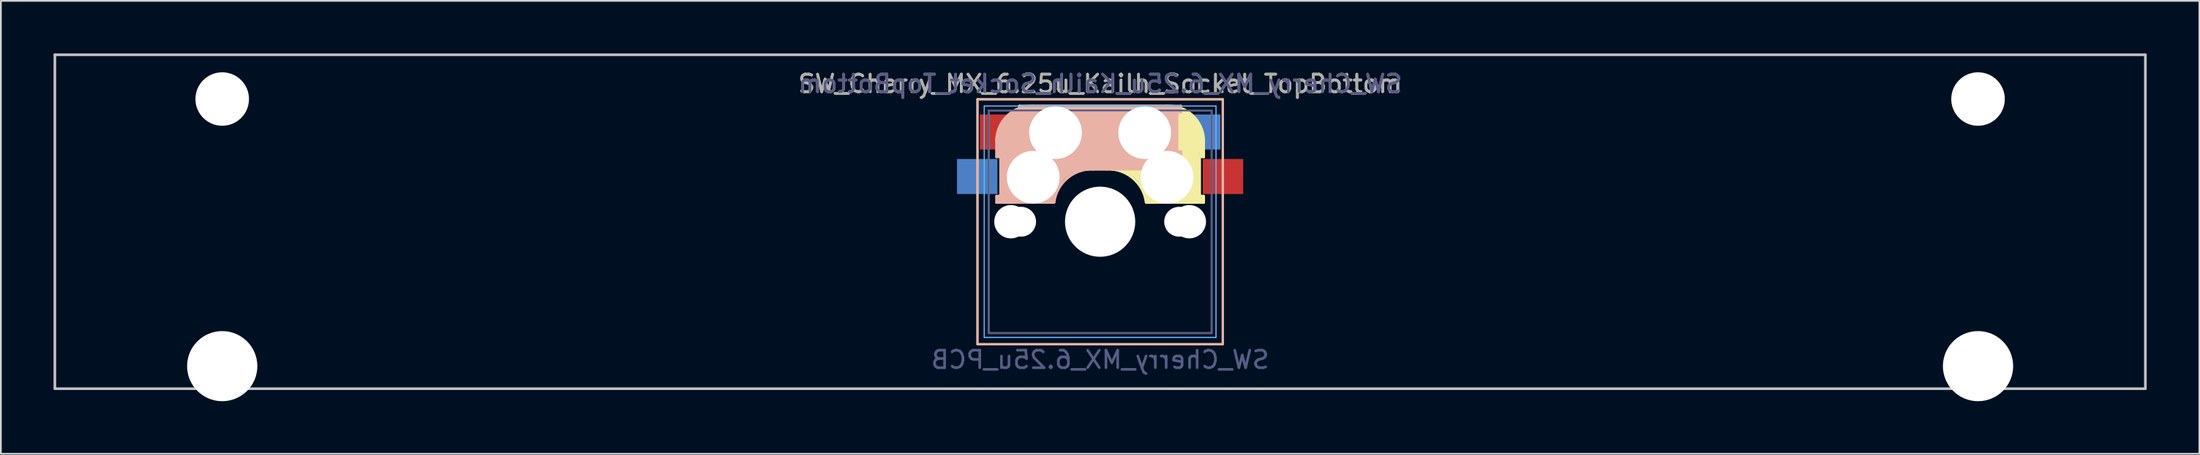
<source format=kicad_pcb>
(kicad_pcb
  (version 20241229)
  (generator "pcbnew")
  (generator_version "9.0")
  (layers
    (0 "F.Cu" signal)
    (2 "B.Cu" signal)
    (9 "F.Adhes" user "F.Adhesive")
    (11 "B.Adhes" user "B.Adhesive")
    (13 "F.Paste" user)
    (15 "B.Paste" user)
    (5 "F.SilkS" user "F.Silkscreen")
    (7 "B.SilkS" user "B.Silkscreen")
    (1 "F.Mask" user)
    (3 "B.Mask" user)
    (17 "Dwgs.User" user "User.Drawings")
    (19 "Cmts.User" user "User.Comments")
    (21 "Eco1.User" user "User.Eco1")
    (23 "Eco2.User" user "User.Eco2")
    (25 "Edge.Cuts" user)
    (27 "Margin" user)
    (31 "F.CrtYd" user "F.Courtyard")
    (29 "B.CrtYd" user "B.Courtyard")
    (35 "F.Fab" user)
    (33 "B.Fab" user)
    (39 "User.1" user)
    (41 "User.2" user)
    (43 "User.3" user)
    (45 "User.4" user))
  (footprint "SW_Cherry_MX_6.25u_Kailh_Socket_TopBottom"
    (layer "F.Cu")
    (at 62.146 4.52)
    (property "Reference" "SW_Cherry_MX_6.25u_Kailh_Socket_TopBottom" (at -2.54 -2.794 0) (layer "F.SilkS") (effects (font (size 1 1) (thickness 0.15))))
    (property "Value" "SW_Cherry_MX_6.25u_PCB" (at -2.54 12.954 0) (layer "F.Fab") (hide yes) (effects (font (size 1 1) (thickness 0.15))))
    (fp_line (start -9.525 -1.905) (end 4.445 -1.905) (stroke (width 0.12) (type solid)) (layer "F.SilkS"))
    (fp_line (start -9.525 12.065) (end -9.525 -1.905) (stroke (width 0.12) (type solid)) (layer "F.SilkS"))
    (fp_line (start -7.14 -1.52) (end 1.26 -1.52) (stroke (width 0.15) (type solid)) (layer "F.SilkS"))
    (fp_line (start -7.14 -1.17) (end -7.14 -1.52) (stroke (width 0.15) (type solid)) (layer "F.SilkS"))
    (fp_line (start -7.14 1.08) (end -6.94 1.08) (stroke (width 0.15) (type solid)) (layer "F.SilkS"))
    (fp_line (start -7.14 2.08) (end -7.14 1.08) (stroke (width 0.15) (type solid)) (layer "F.SilkS"))
    (fp_line (start -6.94 -1.32) (end -5.54 -1.32) (stroke (width 0.4) (type solid)) (layer "F.SilkS"))
    (fp_line (start -6.94 -1.17) (end -7.14 -1.17) (stroke (width 0.15) (type solid)) (layer "F.SilkS"))
    (fp_line (start -6.94 1.18) (end -6.94 1.88) (stroke (width 0.4) (type solid)) (layer "F.SilkS"))
    (fp_line (start -6.92 1.08) (end -6.92 -1.17) (stroke (width 0.15) (type solid)) (layer "F.SilkS"))
    (fp_line (start -6.84 1.78) (end -5.44 1.78) (stroke (width 0.5) (type solid)) (layer "F.SilkS"))
    (fp_line (start -6.44 -0.92) (end -6.44 1.58) (stroke (width 1) (type solid)) (layer "F.SilkS"))
    (fp_line (start -5.14 0.28) (end 1.56 0.28) (stroke (width 3.5) (type solid)) (layer "F.SilkS"))
    (fp_line (start -2.14 2.08) (end -7.14 2.08) (stroke (width 0.15) (type solid)) (layer "F.SilkS"))
    (fp_line (start 1.63 -0.02) (end 1.63 2.22) (stroke (width 3) (type solid)) (layer "F.SilkS"))
    (fp_line (start 2.76 3.48) (end 2.76 1.68) (stroke (width 0.8) (type solid)) (layer "F.SilkS"))
    (fp_line (start 3.13 1.38) (end 3.13 3.62) (stroke (width 0.15) (type solid)) (layer "F.SilkS"))
    (fp_line (start 3.16 3.62) (end 3.36 3.62) (stroke (width 0.15) (type solid)) (layer "F.SilkS"))
    (fp_line (start 3.16 3.78) (end 0.46 3.78) (stroke (width 0.5) (type solid)) (layer "F.SilkS"))
    (fp_line (start 3.26 1.28) (end 3.26 0.38) (stroke (width 0.3) (type solid)) (layer "F.SilkS"))
    (fp_line (start 3.36 0.38) (end 3.36 1.38) (stroke (width 0.15) (type solid)) (layer "F.SilkS"))
    (fp_line (start 3.36 1.38) (end 3.16 1.38) (stroke (width 0.15) (type solid)) (layer "F.SilkS"))
    (fp_line (start 3.36 3.98) (end 0.08 3.98) (stroke (width 0.15) (type solid)) (layer "F.SilkS"))
    (fp_line (start 3.36 3.98) (end 3.36 3.62) (stroke (width 0.15) (type solid)) (layer "F.SilkS"))
    (fp_line (start 4.445 -1.905) (end 4.445 12.065) (stroke (width 0.12) (type solid)) (layer "F.SilkS"))
    (fp_line (start 4.445 12.065) (end -9.525 12.065) (stroke (width 0.12) (type solid)) (layer "F.SilkS"))
    (fp_arc (start -2.14 2.08) (mid -0.671291 2.593882) (end 0.076318 3.958529) (stroke (width 0.15) (type solid)) (layer "F.SilkS"))
    (fp_arc (start -1.74 1.68) (mid -0.271291 2.193882) (end 0.476318 3.558529) (stroke (width 1) (type solid)) (layer "F.SilkS"))
    (fp_arc (start 1.26 -1.520001) (mid 2.703504 -1.004925) (end 3.360001 0.38) (stroke (width 0.15) (type solid)) (layer "F.SilkS"))
    (fp_line (start -9.525 -1.905) (end -9.525 12.065) (stroke (width 0.12) (type solid)) (layer "B.SilkS"))
    (fp_line (start -9.525 12.065) (end 4.445 12.065) (stroke (width 0.12) (type solid)) (layer "B.SilkS"))
    (fp_line (start -8.44 0.38) (end -8.44 1.38) (stroke (width 0.15) (type solid)) (layer "B.SilkS"))
    (fp_line (start -8.44 1.38) (end -8.24 1.38) (stroke (width 0.15) (type solid)) (layer "B.SilkS"))
    (fp_line (start -8.44 3.98) (end -8.44 3.62) (stroke (width 0.15) (type solid)) (layer "B.SilkS"))
    (fp_line (start -8.44 3.98) (end -5.16 3.98) (stroke (width 0.15) (type solid)) (layer "B.SilkS"))
    (fp_line (start -8.34 1.28) (end -8.34 0.38) (stroke (width 0.3) (type solid)) (layer "B.SilkS"))
    (fp_line (start -8.24 3.62) (end -8.44 3.62) (stroke (width 0.15) (type solid)) (layer "B.SilkS"))
    (fp_line (start -8.24 3.78) (end -5.54 3.78) (stroke (width 0.5) (type solid)) (layer "B.SilkS"))
    (fp_line (start -8.21 1.38) (end -8.21 3.62) (stroke (width 0.15) (type solid)) (layer "B.SilkS"))
    (fp_line (start -7.84 3.48) (end -7.84 1.68) (stroke (width 0.8) (type solid)) (layer "B.SilkS"))
    (fp_line (start -6.71 -0.02) (end -6.71 2.22) (stroke (width 3) (type solid)) (layer "B.SilkS"))
    (fp_line (start -2.94 2.08) (end 2.06 2.08) (stroke (width 0.15) (type solid)) (layer "B.SilkS"))
    (fp_line (start 0.06 0.28) (end -6.64 0.28) (stroke (width 3.5) (type solid)) (layer "B.SilkS"))
    (fp_line (start 1.36 -0.92) (end 1.36 1.58) (stroke (width 1) (type solid)) (layer "B.SilkS"))
    (fp_line (start 1.76 1.78) (end 0.36 1.78) (stroke (width 0.5) (type solid)) (layer "B.SilkS"))
    (fp_line (start 1.84 1.08) (end 1.84 -1.17) (stroke (width 0.15) (type solid)) (layer "B.SilkS"))
    (fp_line (start 1.86 -1.32) (end 0.46 -1.32) (stroke (width 0.4) (type solid)) (layer "B.SilkS"))
    (fp_line (start 1.86 -1.17) (end 2.06 -1.17) (stroke (width 0.15) (type solid)) (layer "B.SilkS"))
    (fp_line (start 1.86 1.18) (end 1.86 1.88) (stroke (width 0.4) (type solid)) (layer "B.SilkS"))
    (fp_line (start 2.06 -1.52) (end -6.34 -1.52) (stroke (width 0.15) (type solid)) (layer "B.SilkS"))
    (fp_line (start 2.06 -1.17) (end 2.06 -1.52) (stroke (width 0.15) (type solid)) (layer "B.SilkS"))
    (fp_line (start 2.06 1.08) (end 1.86 1.08) (stroke (width 0.15) (type solid)) (layer "B.SilkS"))
    (fp_line (start 2.06 2.08) (end 2.06 1.08) (stroke (width 0.15) (type solid)) (layer "B.SilkS"))
    (fp_line (start 4.445 -1.905) (end -9.525 -1.905) (stroke (width 0.12) (type solid)) (layer "B.SilkS"))
    (fp_line (start 4.445 12.065) (end 4.445 -1.905) (stroke (width 0.12) (type solid)) (layer "B.SilkS"))
    (fp_arc (start -8.44 0.380001) (mid -7.783504 -1.004924) (end -6.340001 -1.52) (stroke (width 0.15) (type solid)) (layer "B.SilkS"))
    (fp_arc (start -5.556318 3.558529) (mid -4.808709 2.193882) (end -3.34 1.68) (stroke (width 1) (type solid)) (layer "B.SilkS"))
    (fp_arc (start -5.156318 3.958529) (mid -4.408709 2.593882) (end -2.94 2.08) (stroke (width 0.15) (type solid)) (layer "B.SilkS"))
    (fp_line (start -62.071 -4.445) (end 56.991 -4.445) (stroke (width 0.15) (type solid)) (layer "Dwgs.User"))
    (fp_line (start -62.071 14.605) (end -62.071 -4.445) (stroke (width 0.15) (type solid)) (layer "Dwgs.User"))
    (fp_line (start 56.991 -4.445) (end 56.991 14.605) (stroke (width 0.15) (type solid)) (layer "Dwgs.User"))
    (fp_line (start 56.991 14.605) (end -62.071 14.605) (stroke (width 0.15) (type solid)) (layer "Dwgs.User"))
    (fp_line (start -9.14 -1.52) (end -9.14 11.68) (stroke (width 0.05) (type solid)) (layer "B.CrtYd"))
    (fp_line (start -9.14 11.68) (end 4.06 11.68) (stroke (width 0.05) (type solid)) (layer "B.CrtYd"))
    (fp_line (start 4.06 -1.52) (end -9.14 -1.52) (stroke (width 0.05) (type solid)) (layer "B.CrtYd"))
    (fp_line (start 4.06 11.68) (end 4.06 -1.52) (stroke (width 0.05) (type solid)) (layer "B.CrtYd"))
    (fp_line (start -9.14 -1.52) (end 4.06 -1.52) (stroke (width 0.05) (type solid)) (layer "F.CrtYd"))
    (fp_line (start -9.14 11.68) (end -9.14 -1.52) (stroke (width 0.05) (type solid)) (layer "F.CrtYd"))
    (fp_line (start 4.06 -1.52) (end 4.06 11.68) (stroke (width 0.05) (type solid)) (layer "F.CrtYd"))
    (fp_line (start 4.06 11.68) (end -9.14 11.68) (stroke (width 0.05) (type solid)) (layer "F.CrtYd"))
    (fp_line (start -8.89 -1.27) (end -8.89 11.43) (stroke (width 0.1) (type solid)) (layer "B.Fab"))
    (fp_line (start -8.89 11.43) (end 3.81 11.43) (stroke (width 0.1) (type solid)) (layer "B.Fab"))
    (fp_line (start 3.81 -1.27) (end -8.89 -1.27) (stroke (width 0.1) (type solid)) (layer "B.Fab"))
    (fp_line (start 3.81 11.43) (end 3.81 -1.27) (stroke (width 0.1) (type solid)) (layer "B.Fab"))
    (fp_line (start -8.89 -1.27) (end 3.81 -1.27) (stroke (width 0.1) (type solid)) (layer "F.Fab"))
    (fp_line (start -8.89 11.43) (end -8.89 -1.27) (stroke (width 0.1) (type solid)) (layer "F.Fab"))
    (fp_line (start 3.81 -1.27) (end 3.81 11.43) (stroke (width 0.1) (type solid)) (layer "F.Fab"))
    (fp_line (start 3.81 11.43) (end -8.89 11.43) (stroke (width 0.1) (type solid)) (layer "F.Fab"))
    (fp_text user "${REFERENCE}" (at -2.54 -2.794 0) (layer "B.SilkS") (effects (font (size 1 1) (thickness 0.15)) (justify mirror)))
    (fp_text user "${REFERENCE}" (at -2.54 -2.794 0) (layer "B.Fab") (effects (font (size 1 1) (thickness 0.15)) (justify mirror)))
    (fp_text user "${VALUE}" (at -2.54 12.954 0) (layer "B.Fab") (effects (font (size 1 1) (thickness 0.15)) (justify mirror)))
    (fp_text user "${REFERENCE}" (at -2.54 -2.794 0) (layer "F.Fab") (effects (font (size 1 1) (thickness 0.15))))
    (pad "" np_thru_hole circle (at -52.54 -1.92) (size 3.05 3.05) (drill 3.05) (layers "*.Cu" "*.Mask"))
    (pad "" np_thru_hole circle (at -52.54 13.32) (size 4 4) (drill 4) (layers "*.Cu" "*.Mask"))
    (pad "" np_thru_hole circle (at -7.62 5.08) (size 1.9 1.9) (drill 1.9) (layers "*.Cu" "*.Mask"))
    (pad "" np_thru_hole circle (at -7.04 5.08) (size 1.7 1.7) (drill 1.7) (layers "*.Cu" "*.Mask"))
    (pad "" np_thru_hole circle (at -6.35 2.54) (size 3 3) (drill 3) (layers "*.Cu" "*.Mask"))
    (pad "" np_thru_hole circle (at -5.08 0) (size 3 3) (drill 3) (layers "*.Cu" "*.Mask"))
    (pad "" np_thru_hole circle (at -2.54 5.08) (size 4 4) (drill 4) (layers "*.Cu" "*.Mask"))
    (pad "" np_thru_hole circle (at 0 0) (size 3 3) (drill 3) (layers "*.Cu" "*.Mask"))
    (pad "" np_thru_hole circle (at 1.27 2.54) (size 3 3) (drill 3) (layers "*.Cu" "*.Mask"))
    (pad "" np_thru_hole circle (at 1.96 5.08) (size 1.7 1.7) (drill 1.7) (layers "*.Cu" "*.Mask"))
    (pad "" np_thru_hole circle (at 2.54 5.08) (size 1.9 1.9) (drill 1.9) (layers "*.Cu" "*.Mask"))
    (pad "" np_thru_hole circle (at 47.46 -1.92) (size 3.05 3.05) (drill 3.05) (layers "*.Cu" "*.Mask"))
    (pad "" np_thru_hole circle (at 47.46 13.32) (size 4 4) (drill 4) (layers "*.Cu" "*.Mask"))
    (pad "1" smd rect (at 3.16 -0.04) (size 2.3 2) (layers "B.Cu" "B.Mask" "B.Paste"))
    (pad "1" smd rect (at 4.46 2.5) (size 2.3 2) (layers "F.Cu" "F.Mask" "F.Paste"))
    (pad "2" smd rect (at -9.54 2.5) (size 2.3 2) (layers "B.Cu" "B.Mask" "B.Paste"))
    (pad "2" smd rect (at -8.24 -0.04) (size 2.3 2) (layers "F.Cu" "F.Mask" "F.Paste")))
  (gr_rect
    (start -3 -3)
    (end 122.213 22.84)
    (stroke (width 0.1) (type default))
    (fill no)
    (layer "Edge.Cuts")))
</source>
